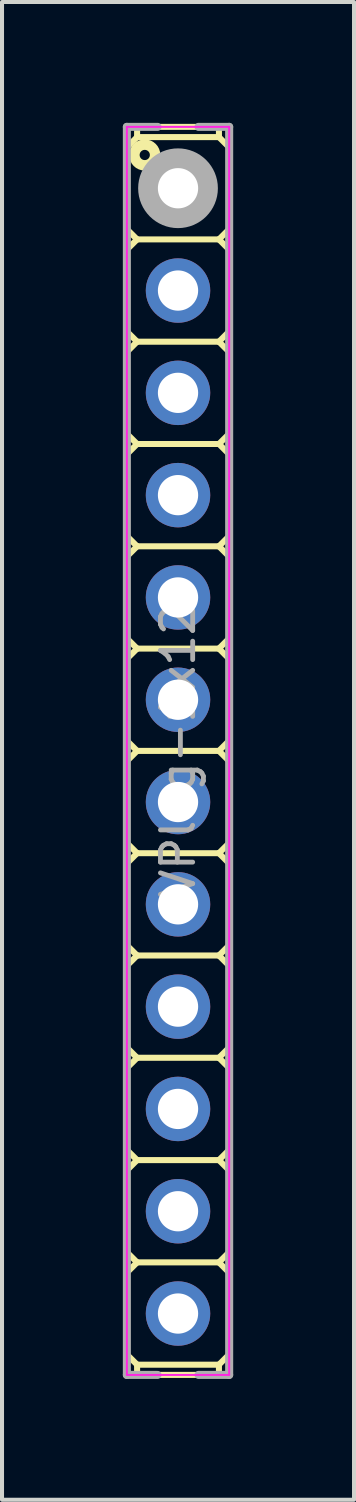
<source format=kicad_pcb>
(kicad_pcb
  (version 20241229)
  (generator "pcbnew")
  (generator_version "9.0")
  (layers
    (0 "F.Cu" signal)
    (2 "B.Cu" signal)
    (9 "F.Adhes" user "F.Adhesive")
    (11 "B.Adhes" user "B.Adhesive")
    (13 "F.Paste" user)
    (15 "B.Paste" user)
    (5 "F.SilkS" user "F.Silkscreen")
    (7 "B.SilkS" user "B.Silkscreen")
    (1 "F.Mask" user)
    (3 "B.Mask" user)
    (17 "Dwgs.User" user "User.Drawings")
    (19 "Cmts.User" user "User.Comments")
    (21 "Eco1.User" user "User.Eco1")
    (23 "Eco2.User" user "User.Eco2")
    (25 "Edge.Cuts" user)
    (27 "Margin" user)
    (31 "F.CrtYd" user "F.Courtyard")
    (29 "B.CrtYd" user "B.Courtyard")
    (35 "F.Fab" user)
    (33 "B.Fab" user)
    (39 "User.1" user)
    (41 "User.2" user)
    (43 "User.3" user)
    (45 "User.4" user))
  (footprint "VPlug-1x12"
    (layer "F.Cu")
    (at 1.37 15.594)
    (property "Reference" "VPlug-1x12" (at 0 0 270) (layer "F.Fab") (effects (font (size 0.8 0.8) (thickness 0.12))))
    (attr through_hole)
    (fp_line (start -1.27 -14.986) (end -1.27 -12.954) (stroke (width 0.15) (type solid)) (layer "F.SilkS"))
    (fp_line (start -1.27 -14.986) (end -1.016 -15.24) (stroke (width 0.15) (type solid)) (layer "F.SilkS"))
    (fp_line (start -1.27 -12.954) (end -1.016 -12.7) (stroke (width 0.15) (type solid)) (layer "F.SilkS"))
    (fp_line (start -1.27 -12.446) (end -1.27 -10.414) (stroke (width 0.15) (type solid)) (layer "F.SilkS"))
    (fp_line (start -1.27 -10.414) (end -1.016 -10.16) (stroke (width 0.15) (type solid)) (layer "F.SilkS"))
    (fp_line (start -1.27 -9.906) (end -1.27 -7.874) (stroke (width 0.15) (type solid)) (layer "F.SilkS"))
    (fp_line (start -1.27 -7.874) (end -1.016 -7.62) (stroke (width 0.15) (type solid)) (layer "F.SilkS"))
    (fp_line (start -1.27 -7.366) (end -1.27 -5.334) (stroke (width 0.15) (type solid)) (layer "F.SilkS"))
    (fp_line (start -1.27 -5.334) (end -1.016 -5.08) (stroke (width 0.15) (type solid)) (layer "F.SilkS"))
    (fp_line (start -1.27 -4.826) (end -1.27 -2.794) (stroke (width 0.15) (type solid)) (layer "F.SilkS"))
    (fp_line (start -1.27 -2.794) (end -1.016 -2.54) (stroke (width 0.15) (type solid)) (layer "F.SilkS"))
    (fp_line (start -1.27 -2.286) (end -1.27 -0.254) (stroke (width 0.15) (type solid)) (layer "F.SilkS"))
    (fp_line (start -1.27 -0.254) (end -1.016 0) (stroke (width 0.15) (type solid)) (layer "F.SilkS"))
    (fp_line (start -1.27 0.254) (end -1.27 2.286) (stroke (width 0.15) (type solid)) (layer "F.SilkS"))
    (fp_line (start -1.27 2.286) (end -1.016 2.54) (stroke (width 0.15) (type solid)) (layer "F.SilkS"))
    (fp_line (start -1.27 2.794) (end -1.27 4.826) (stroke (width 0.15) (type solid)) (layer "F.SilkS"))
    (fp_line (start -1.27 4.826) (end -1.016 5.08) (stroke (width 0.15) (type solid)) (layer "F.SilkS"))
    (fp_line (start -1.27 5.334) (end -1.27 7.366) (stroke (width 0.15) (type solid)) (layer "F.SilkS"))
    (fp_line (start -1.27 7.366) (end -1.016 7.62) (stroke (width 0.15) (type solid)) (layer "F.SilkS"))
    (fp_line (start -1.27 7.874) (end -1.27 9.906) (stroke (width 0.15) (type solid)) (layer "F.SilkS"))
    (fp_line (start -1.27 9.906) (end -1.016 10.16) (stroke (width 0.15) (type solid)) (layer "F.SilkS"))
    (fp_line (start -1.27 10.414) (end -1.27 12.446) (stroke (width 0.15) (type solid)) (layer "F.SilkS"))
    (fp_line (start -1.27 10.414) (end -1.016 10.16) (stroke (width 0.15) (type solid)) (layer "F.SilkS"))
    (fp_line (start -1.27 12.446) (end -1.016 12.7) (stroke (width 0.15) (type solid)) (layer "F.SilkS"))
    (fp_line (start -1.27 12.954) (end -1.27 14.986) (stroke (width 0.15) (type solid)) (layer "F.SilkS"))
    (fp_line (start -1.27 14.986) (end -1.016 15.24) (stroke (width 0.15) (type solid)) (layer "F.SilkS"))
    (fp_line (start -1.016 -15.494) (end 1.016 -15.494) (stroke (width 0.15) (type solid)) (layer "F.SilkS"))
    (fp_line (start -1.016 -15.24) (end -1.016 -15.494) (stroke (width 0.15) (type solid)) (layer "F.SilkS"))
    (fp_line (start -1.016 -15.24) (end 1.016 -15.24) (stroke (width 0.15) (type solid)) (layer "F.SilkS"))
    (fp_line (start -1.016 -12.7) (end -1.27 -12.446) (stroke (width 0.15) (type solid)) (layer "F.SilkS"))
    (fp_line (start -1.016 -10.16) (end -1.27 -9.906) (stroke (width 0.15) (type solid)) (layer "F.SilkS"))
    (fp_line (start -1.016 -10.16) (end 1.016 -10.16) (stroke (width 0.15) (type solid)) (layer "F.SilkS"))
    (fp_line (start -1.016 -7.62) (end -1.27 -7.366) (stroke (width 0.15) (type solid)) (layer "F.SilkS"))
    (fp_line (start -1.016 -5.08) (end -1.27 -4.826) (stroke (width 0.15) (type solid)) (layer "F.SilkS"))
    (fp_line (start -1.016 -2.54) (end -1.27 -2.286) (stroke (width 0.15) (type solid)) (layer "F.SilkS"))
    (fp_line (start -1.016 0) (end -1.27 0.254) (stroke (width 0.15) (type solid)) (layer "F.SilkS"))
    (fp_line (start -1.016 2.54) (end -1.27 2.794) (stroke (width 0.15) (type solid)) (layer "F.SilkS"))
    (fp_line (start -1.016 5.08) (end -1.27 5.334) (stroke (width 0.15) (type solid)) (layer "F.SilkS"))
    (fp_line (start -1.016 7.62) (end -1.27 7.874) (stroke (width 0.15) (type solid)) (layer "F.SilkS"))
    (fp_line (start -1.016 10.16) (end 1.016 10.16) (stroke (width 0.15) (type solid)) (layer "F.SilkS"))
    (fp_line (start -1.016 12.7) (end -1.27 12.954) (stroke (width 0.15) (type solid)) (layer "F.SilkS"))
    (fp_line (start -1.016 15.24) (end -1.016 15.494) (stroke (width 0.15) (type solid)) (layer "F.SilkS"))
    (fp_line (start -1.016 15.24) (end 1.016 15.24) (stroke (width 0.15) (type solid)) (layer "F.SilkS"))
    (fp_line (start -1.016 15.494) (end 1.016 15.494) (stroke (width 0.15) (type solid)) (layer "F.SilkS"))
    (fp_line (start 1.016 -15.494) (end 1.016 -15.24) (stroke (width 0.15) (type solid)) (layer "F.SilkS"))
    (fp_line (start 1.016 -15.24) (end 1.27 -14.986) (stroke (width 0.15) (type solid)) (layer "F.SilkS"))
    (fp_line (start 1.016 -12.7) (end -1.016 -12.7) (stroke (width 0.15) (type solid)) (layer "F.SilkS"))
    (fp_line (start 1.016 -10.16) (end 1.27 -10.414) (stroke (width 0.15) (type solid)) (layer "F.SilkS"))
    (fp_line (start 1.016 -7.62) (end -1.016 -7.62) (stroke (width 0.15) (type solid)) (layer "F.SilkS"))
    (fp_line (start 1.016 -7.62) (end 1.27 -7.874) (stroke (width 0.15) (type solid)) (layer "F.SilkS"))
    (fp_line (start 1.016 -5.08) (end -1.016 -5.08) (stroke (width 0.15) (type solid)) (layer "F.SilkS"))
    (fp_line (start 1.016 -5.08) (end 1.27 -5.334) (stroke (width 0.15) (type solid)) (layer "F.SilkS"))
    (fp_line (start 1.016 -2.54) (end -1.016 -2.54) (stroke (width 0.15) (type solid)) (layer "F.SilkS"))
    (fp_line (start 1.016 -2.54) (end 1.27 -2.794) (stroke (width 0.15) (type solid)) (layer "F.SilkS"))
    (fp_line (start 1.016 0) (end -1.016 0) (stroke (width 0.15) (type solid)) (layer "F.SilkS"))
    (fp_line (start 1.016 0) (end 1.27 -0.254) (stroke (width 0.15) (type solid)) (layer "F.SilkS"))
    (fp_line (start 1.016 2.54) (end -1.016 2.54) (stroke (width 0.15) (type solid)) (layer "F.SilkS"))
    (fp_line (start 1.016 2.54) (end 1.27 2.286) (stroke (width 0.15) (type solid)) (layer "F.SilkS"))
    (fp_line (start 1.016 5.08) (end -1.016 5.08) (stroke (width 0.15) (type solid)) (layer "F.SilkS"))
    (fp_line (start 1.016 5.08) (end 1.27 4.826) (stroke (width 0.15) (type solid)) (layer "F.SilkS"))
    (fp_line (start 1.016 7.62) (end -1.016 7.62) (stroke (width 0.15) (type solid)) (layer "F.SilkS"))
    (fp_line (start 1.016 7.62) (end 1.27 7.366) (stroke (width 0.15) (type solid)) (layer "F.SilkS"))
    (fp_line (start 1.016 10.16) (end 1.27 9.906) (stroke (width 0.15) (type solid)) (layer "F.SilkS"))
    (fp_line (start 1.016 10.16) (end 1.27 10.414) (stroke (width 0.15) (type solid)) (layer "F.SilkS"))
    (fp_line (start 1.016 12.7) (end -1.016 12.7) (stroke (width 0.15) (type solid)) (layer "F.SilkS"))
    (fp_line (start 1.016 12.7) (end 1.27 12.446) (stroke (width 0.15) (type solid)) (layer "F.SilkS"))
    (fp_line (start 1.016 15.24) (end 1.27 14.986) (stroke (width 0.15) (type solid)) (layer "F.SilkS"))
    (fp_line (start 1.016 15.494) (end 1.016 15.24) (stroke (width 0.15) (type solid)) (layer "F.SilkS"))
    (fp_line (start 1.27 -14.986) (end 1.27 -12.954) (stroke (width 0.15) (type solid)) (layer "F.SilkS"))
    (fp_line (start 1.27 -12.954) (end 1.016 -12.7) (stroke (width 0.15) (type solid)) (layer "F.SilkS"))
    (fp_line (start 1.27 -12.446) (end 1.016 -12.7) (stroke (width 0.15) (type solid)) (layer "F.SilkS"))
    (fp_line (start 1.27 -10.414) (end 1.27 -12.446) (stroke (width 0.15) (type solid)) (layer "F.SilkS"))
    (fp_line (start 1.27 -9.906) (end 1.016 -10.16) (stroke (width 0.15) (type solid)) (layer "F.SilkS"))
    (fp_line (start 1.27 -7.874) (end 1.27 -9.906) (stroke (width 0.15) (type solid)) (layer "F.SilkS"))
    (fp_line (start 1.27 -7.366) (end 1.016 -7.62) (stroke (width 0.15) (type solid)) (layer "F.SilkS"))
    (fp_line (start 1.27 -5.334) (end 1.27 -7.366) (stroke (width 0.15) (type solid)) (layer "F.SilkS"))
    (fp_line (start 1.27 -4.826) (end 1.016 -5.08) (stroke (width 0.15) (type solid)) (layer "F.SilkS"))
    (fp_line (start 1.27 -2.794) (end 1.27 -4.826) (stroke (width 0.15) (type solid)) (layer "F.SilkS"))
    (fp_line (start 1.27 -2.286) (end 1.016 -2.54) (stroke (width 0.15) (type solid)) (layer "F.SilkS"))
    (fp_line (start 1.27 -0.254) (end 1.27 -2.286) (stroke (width 0.15) (type solid)) (layer "F.SilkS"))
    (fp_line (start 1.27 0.254) (end 1.016 0) (stroke (width 0.15) (type solid)) (layer "F.SilkS"))
    (fp_line (start 1.27 2.286) (end 1.27 0.254) (stroke (width 0.15) (type solid)) (layer "F.SilkS"))
    (fp_line (start 1.27 2.794) (end 1.016 2.54) (stroke (width 0.15) (type solid)) (layer "F.SilkS"))
    (fp_line (start 1.27 4.826) (end 1.27 2.794) (stroke (width 0.15) (type solid)) (layer "F.SilkS"))
    (fp_line (start 1.27 5.334) (end 1.016 5.08) (stroke (width 0.15) (type solid)) (layer "F.SilkS"))
    (fp_line (start 1.27 7.366) (end 1.27 5.334) (stroke (width 0.15) (type solid)) (layer "F.SilkS"))
    (fp_line (start 1.27 7.874) (end 1.016 7.62) (stroke (width 0.15) (type solid)) (layer "F.SilkS"))
    (fp_line (start 1.27 9.906) (end 1.27 7.874) (stroke (width 0.15) (type solid)) (layer "F.SilkS"))
    (fp_line (start 1.27 12.446) (end 1.27 10.414) (stroke (width 0.15) (type solid)) (layer "F.SilkS"))
    (fp_line (start 1.27 12.954) (end 1.016 12.7) (stroke (width 0.15) (type solid)) (layer "F.SilkS"))
    (fp_line (start 1.27 14.986) (end 1.27 12.954) (stroke (width 0.15) (type solid)) (layer "F.SilkS"))
    (fp_circle (center -0.826 -14.796) (end -0.699 -14.796) (stroke (width 0.26) (type solid)) (fill no) (layer "F.SilkS"))
    (fp_line (start -1.27 -15.494) (end 1.27 -15.494) (stroke (width 0.05) (type solid)) (layer "F.CrtYd"))
    (fp_line (start -1.27 15.494) (end -1.27 -15.494) (stroke (width 0.05) (type solid)) (layer "F.CrtYd"))
    (fp_line (start 1.27 -15.494) (end 1.27 15.494) (stroke (width 0.05) (type solid)) (layer "F.CrtYd"))
    (fp_line (start 1.27 15.494) (end -1.27 15.494) (stroke (width 0.05) (type solid)) (layer "F.CrtYd"))
    (fp_line (start -1.27 -15.494) (end -1.27 15.494) (stroke (width 0.2) (type solid)) (layer "F.Fab"))
    (fp_line (start -0.508 -15.494) (end -1.27 -15.494) (stroke (width 0.2) (type solid)) (layer "F.Fab"))
    (fp_line (start -0.508 15.494) (end -1.27 15.494) (stroke (width 0.2) (type solid)) (layer "F.Fab"))
    (fp_line (start 1.27 -15.494) (end 0.508 -15.494) (stroke (width 0.2) (type solid)) (layer "F.Fab"))
    (fp_line (start 1.27 15.494) (end 0.508 15.494) (stroke (width 0.2) (type solid)) (layer "F.Fab"))
    (fp_line (start 1.27 15.494) (end 1.27 -15.494) (stroke (width 0.2) (type solid)) (layer "F.Fab"))
    (fp_circle (center 0 -13.97) (end 0 -13.78) (stroke (width 0.8) (type solid)) (fill no) (layer "F.Fab"))
    (pad "1" thru_hole circle (at 0 -13.97) (size 1.6 1.6) (drill 1) (layers "*.Cu" "*.Mask"))
    (pad "2" thru_hole circle (at 0 -11.43) (size 1.6 1.6) (drill 1) (layers "*.Cu" "*.Mask"))
    (pad "3" thru_hole circle (at 0 -8.89) (size 1.6 1.6) (drill 1) (layers "*.Cu" "*.Mask"))
    (pad "4" thru_hole circle (at 0 -6.35) (size 1.6 1.6) (drill 1) (layers "*.Cu" "*.Mask"))
    (pad "5" thru_hole circle (at 0 -3.81) (size 1.6 1.6) (drill 1) (layers "*.Cu" "*.Mask"))
    (pad "6" thru_hole circle (at 0 -1.27) (size 1.6 1.6) (drill 1) (layers "*.Cu" "*.Mask"))
    (pad "7" thru_hole circle (at 0 1.27) (size 1.6 1.6) (drill 1) (layers "*.Cu" "*.Mask"))
    (pad "8" thru_hole circle (at 0 3.81) (size 1.6 1.6) (drill 1) (layers "*.Cu" "*.Mask"))
    (pad "9" thru_hole circle (at 0 6.35) (size 1.6 1.6) (drill 1) (layers "*.Cu" "*.Mask"))
    (pad "10" thru_hole circle (at 0 8.89) (size 1.6 1.6) (drill 1) (layers "*.Cu" "*.Mask"))
    (pad "11" thru_hole circle (at 0 11.43) (size 1.6 1.6) (drill 1) (layers "*.Cu" "*.Mask"))
    (pad "12" thru_hole circle (at 0 13.97) (size 1.6 1.6) (drill 1) (layers "*.Cu" "*.Mask")))
  (gr_rect
    (start -3 -3)
    (end 5.74 34.188)
    (stroke (width 0.1) (type default))
    (fill no)
    (layer "Edge.Cuts")))
</source>
